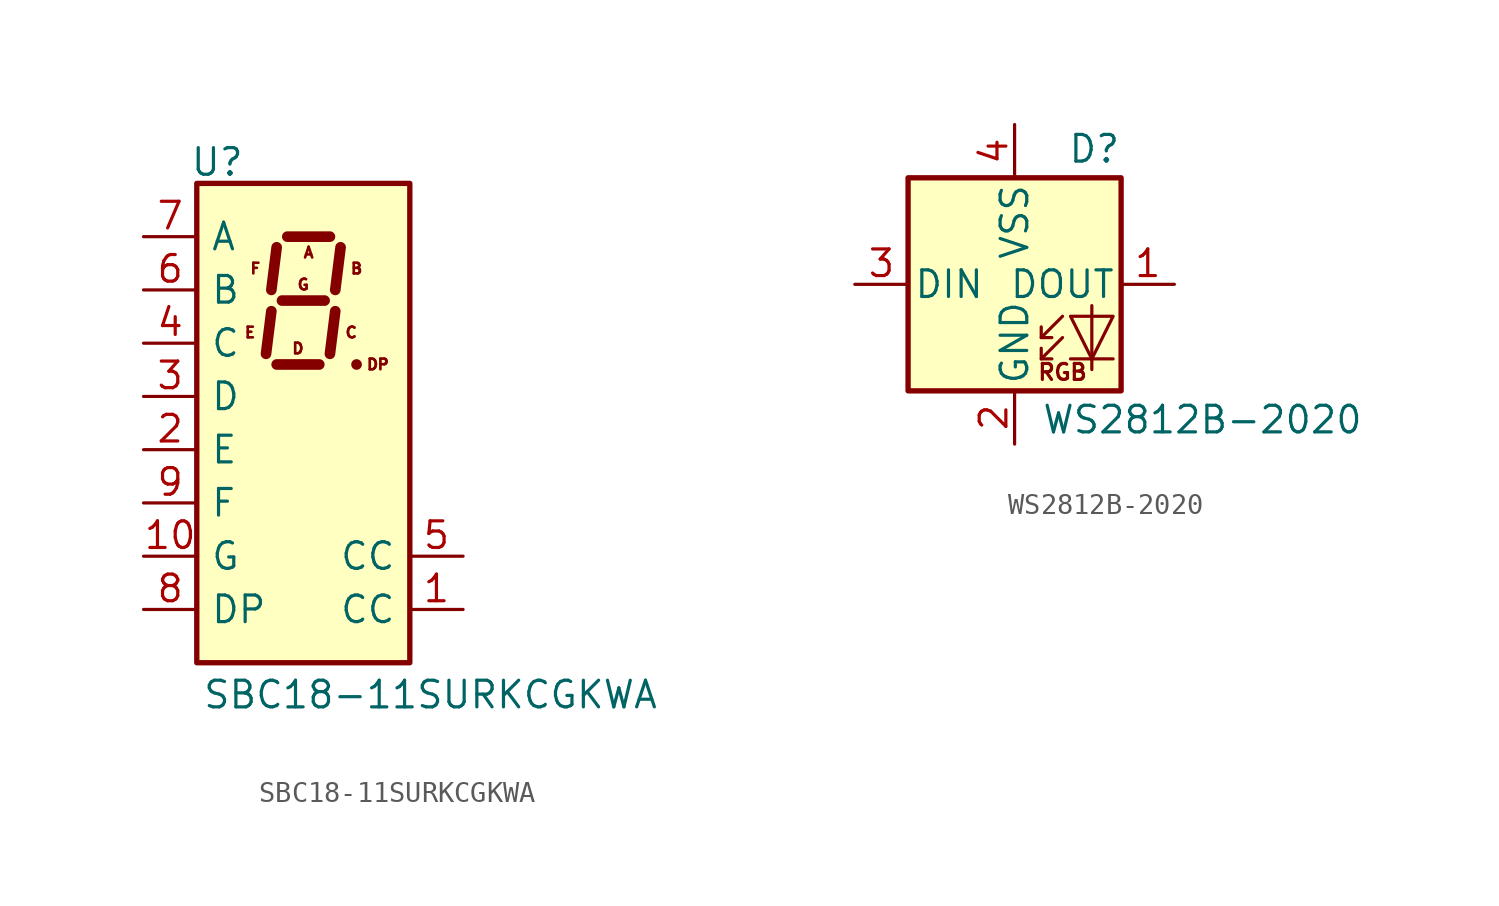
<source format=kicad_sym>
(kicad_symbol_lib
  (version 20231120)
  (generator "kicad_symbol_editor")
  (generator_version "8.0")
  (symbol "SBC18-11SURKCGKWA"
    (pin_names
      (offset 0.635))
    (property "Reference" "U"
      (at -2.794 11.176 0)
      (effects (font (size 1.27 1.27)) (justify right)))
    (property "Value" "SBC18-11SURKCGKWA"
      (at -4.826 -14.224 0)
      (effects (font (size 1.27 1.27)) (justify left)))
    (symbol "SBC18-11SURKCGKWA_0_0"
      (text "A" (at 0.254 6.858 0) (effects (font (size 0.508 0.508))))
      (text "B" (at 2.54 6.096 0) (effects (font (size 0.508 0.508))))
      (text "C" (at 2.286 3.048 0) (effects (font (size 0.508 0.508))))
      (text "D" (at -0.254 2.286 0) (effects (font (size 0.508 0.508))))
      (text "DP" (at 3.556 1.524 0) (effects (font (size 0.508 0.508))))
      (text "E" (at -2.54 3.048 0) (effects (font (size 0.508 0.508))))
      (text "F" (at -2.286 6.096 0) (effects (font (size 0.508 0.508))))
      (text "G" (at 0 5.334 0) (effects (font (size 0.508 0.508)))))
    (symbol "SBC18-11SURKCGKWA_0_1"
      (rectangle (start -5.08 10.16) (end 5.08 -12.7) (stroke (width 0.254) (type default)) (fill (type background)))
      (polyline (pts (xy -1.524 4.064) (xy -1.778 2.032)) (stroke (width 0.508) (type default)) (fill (type none)))
      (polyline (pts (xy -1.27 1.524) (xy 0.762 1.524)) (stroke (width 0.508) (type default)) (fill (type none)))
      (polyline (pts (xy -1.27 7.112) (xy -1.524 5.08)) (stroke (width 0.508) (type default)) (fill (type none)))
      (polyline (pts (xy -1.016 4.572) (xy 1.016 4.572)) (stroke (width 0.508) (type default)) (fill (type none)))
      (polyline (pts (xy -0.762 7.62) (xy 1.27 7.62)) (stroke (width 0.508) (type default)) (fill (type none)))
      (polyline (pts (xy 1.524 4.064) (xy 1.27 2.032)) (stroke (width 0.508) (type default)) (fill (type none)))
      (polyline (pts (xy 1.778 7.112) (xy 1.524 5.08)) (stroke (width 0.508) (type default)) (fill (type none)))
      (polyline (pts (xy 2.54 1.524) (xy 2.54 1.524)) (stroke (width 0.508) (type default)) (fill (type none))))
    (symbol "SBC18-11SURKCGKWA_1_1"
      (pin input line (at 7.62 -10.16 180) (length 2.54) (name "CC" (effects (font (size 1.27 1.27)))) (number "1" (effects (font (size 1.27 1.27)))))
      (pin input line (at -7.62 -7.62 0) (length 2.54) (name "G" (effects (font (size 1.27 1.27)))) (number "10" (effects (font (size 1.27 1.27)))))
      (pin input line (at -7.62 -2.54 0) (length 2.54) (name "E" (effects (font (size 1.27 1.27)))) (number "2" (effects (font (size 1.27 1.27)))))
      (pin input line (at -7.62 0 0) (length 2.54) (name "D" (effects (font (size 1.27 1.27)))) (number "3" (effects (font (size 1.27 1.27)))))
      (pin input line (at -7.62 2.54 0) (length 2.54) (name "C" (effects (font (size 1.27 1.27)))) (number "4" (effects (font (size 1.27 1.27)))))
      (pin input line (at 7.62 -7.62 180) (length 2.54) (name "CC" (effects (font (size 1.27 1.27)))) (number "5" (effects (font (size 1.27 1.27)))))
      (pin input line (at -7.62 5.08 0) (length 2.54) (name "B" (effects (font (size 1.27 1.27)))) (number "6" (effects (font (size 1.27 1.27)))))
      (pin input line (at -7.62 7.62 0) (length 2.54) (name "A" (effects (font (size 1.27 1.27)))) (number "7" (effects (font (size 1.27 1.27)))))
      (pin input line (at -7.62 -10.16 0) (length 2.54) (name "DP" (effects (font (size 1.27 1.27)))) (number "8" (effects (font (size 1.27 1.27)))))
      (pin input line (at -7.62 -5.08 0) (length 2.54) (name "F" (effects (font (size 1.27 1.27)))) (number "9" (effects (font (size 1.27 1.27)))))))
  (symbol "WS2812B-2020"
    (pin_names
      (offset 0.254))
    (property "Reference" "D"
      (at 5.08 5.715 0)
      (effects (font (size 1.27 1.27)) (justify right bottom)))
    (property "Value" "WS2812B-2020"
      (at 1.27 -5.715 0)
      (effects (font (size 1.27 1.27)) (justify left top)))
    (symbol "WS2812B-2020_0_0"
      (text "RGB" (at 2.286 -4.191 0) (effects (font (size 0.762 0.762)))))
    (symbol "WS2812B-2020_0_1"
      (polyline (pts (xy 1.27 -3.556) (xy 1.778 -3.556)) (stroke (width 0) (type default)) (fill (type none)))
      (polyline (pts (xy 1.27 -2.54) (xy 1.778 -2.54)) (stroke (width 0) (type default)) (fill (type none)))
      (polyline (pts (xy 4.699 -3.556) (xy 2.667 -3.556)) (stroke (width 0) (type default)) (fill (type none)))
      (polyline (pts (xy 2.286 -2.54) (xy 1.27 -3.556) (xy 1.27 -3.048)) (stroke (width 0) (type default)) (fill (type none)))
      (polyline (pts (xy 2.286 -1.524) (xy 1.27 -2.54) (xy 1.27 -2.032)) (stroke (width 0) (type default)) (fill (type none)))
      (polyline (pts (xy 3.683 -1.016) (xy 3.683 -3.556) (xy 3.683 -4.064)) (stroke (width 0) (type default)) (fill (type none)))
      (polyline (pts (xy 4.699 -1.524) (xy 2.667 -1.524) (xy 3.683 -3.556) (xy 4.699 -1.524)) (stroke (width 0) (type default)) (fill (type none)))
      (rectangle (start 5.08 5.08) (end -5.08 -5.08) (stroke (width 0.254) (type default)) (fill (type background))))
    (symbol "WS2812B-2020_1_1"
      (pin output line (at 7.62 0 180) (length 2.54) (name "DOUT" (effects (font (size 1.27 1.27)))) (number "1" (effects (font (size 1.27 1.27)))))
      (pin power_in line (at 0 -7.62 90) (length 2.54) (name "GND" (effects (font (size 1.27 1.27)))) (number "2" (effects (font (size 1.27 1.27)))))
      (pin input line (at -7.62 0 0) (length 2.54) (name "DIN" (effects (font (size 1.27 1.27)))) (number "3" (effects (font (size 1.27 1.27)))))
      (pin power_in line (at 0 7.62 270) (length 2.54) (name "VSS" (effects (font (size 1.27 1.27)))) (number "4" (effects (font (size 1.27 1.27))))))))
</source>
